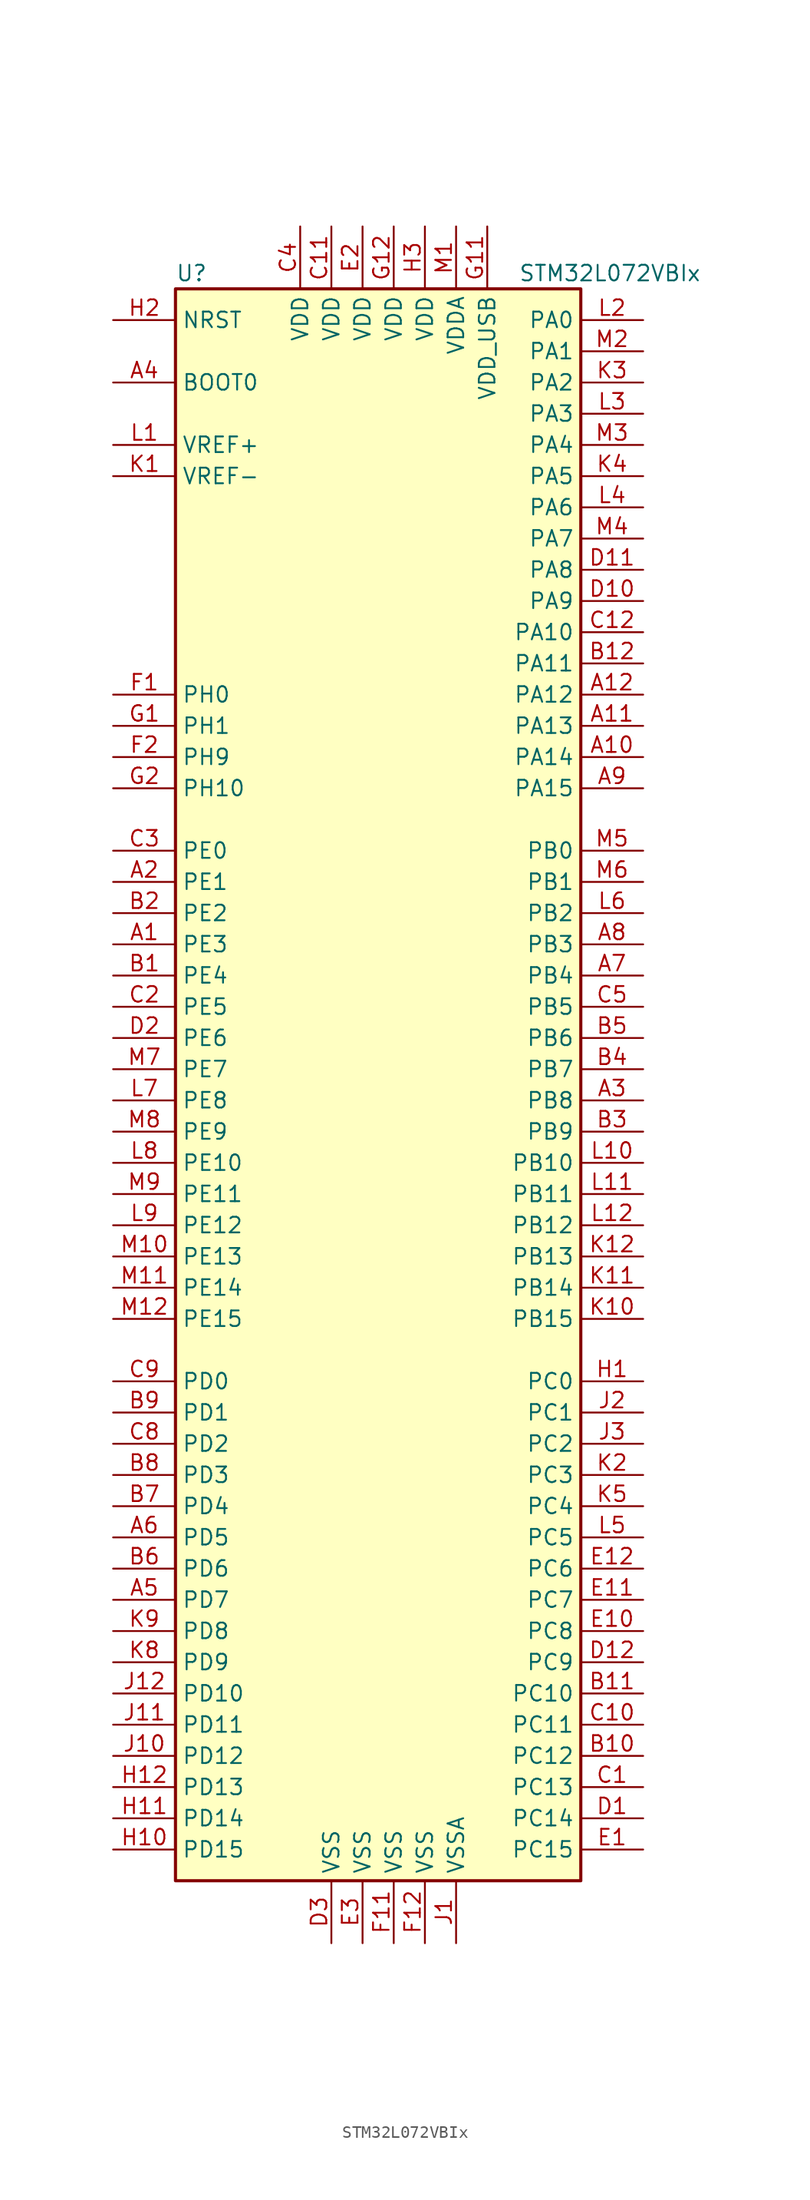
<source format=kicad_sym>
(kicad_symbol_lib
  (version 20201005)
  (generator kicad_symbol_editor)
  (symbol "STM32L072VBIx"
    (property "Reference" "U"
      (at -17.78 64.77 0)
      (effects (font (size 1.27 1.27)) (justify left)))
    (property "Value" "STM32L072VBIx"
      (at 10.16 64.77 0)
      (effects (font (size 1.27 1.27)) (justify left)))
    (symbol "STM32L072VBIx_0_1"
      (rectangle (start -17.78 -66.04) (end 15.24 63.5) (stroke (width 0.254)) (fill (type background))))
    (symbol "STM32L072VBIx_1_1"
      (pin bidirectional line (at -22.86 10.16 0) (length 5.08) (name "PE3" (effects (font (size 1.27 1.27)))) (number "A1" (effects (font (size 1.27 1.27)))))
      (pin bidirectional line (at 20.32 25.4 180) (length 5.08) (name "PA14" (effects (font (size 1.27 1.27)))) (number "A10" (effects (font (size 1.27 1.27)))))
      (pin bidirectional line (at 20.32 27.94 180) (length 5.08) (name "PA13" (effects (font (size 1.27 1.27)))) (number "A11" (effects (font (size 1.27 1.27)))))
      (pin bidirectional line (at 20.32 30.48 180) (length 5.08) (name "PA12" (effects (font (size 1.27 1.27)))) (number "A12" (effects (font (size 1.27 1.27)))))
      (pin bidirectional line (at -22.86 15.24 0) (length 5.08) (name "PE1" (effects (font (size 1.27 1.27)))) (number "A2" (effects (font (size 1.27 1.27)))))
      (pin bidirectional line (at 20.32 -2.54 180) (length 5.08) (name "PB8" (effects (font (size 1.27 1.27)))) (number "A3" (effects (font (size 1.27 1.27)))))
      (pin input line (at -22.86 55.88 0) (length 5.08) (name "BOOT0" (effects (font (size 1.27 1.27)))) (number "A4" (effects (font (size 1.27 1.27)))))
      (pin bidirectional line (at -22.86 -43.18 0) (length 5.08) (name "PD7" (effects (font (size 1.27 1.27)))) (number "A5" (effects (font (size 1.27 1.27)))))
      (pin bidirectional line (at -22.86 -38.1 0) (length 5.08) (name "PD5" (effects (font (size 1.27 1.27)))) (number "A6" (effects (font (size 1.27 1.27)))))
      (pin bidirectional line (at 20.32 7.62 180) (length 5.08) (name "PB4" (effects (font (size 1.27 1.27)))) (number "A7" (effects (font (size 1.27 1.27)))))
      (pin bidirectional line (at 20.32 10.16 180) (length 5.08) (name "PB3" (effects (font (size 1.27 1.27)))) (number "A8" (effects (font (size 1.27 1.27)))))
      (pin bidirectional line (at 20.32 22.86 180) (length 5.08) (name "PA15" (effects (font (size 1.27 1.27)))) (number "A9" (effects (font (size 1.27 1.27)))))
      (pin bidirectional line (at -22.86 7.62 0) (length 5.08) (name "PE4" (effects (font (size 1.27 1.27)))) (number "B1" (effects (font (size 1.27 1.27)))))
      (pin bidirectional line (at 20.32 -55.88 180) (length 5.08) (name "PC12" (effects (font (size 1.27 1.27)))) (number "B10" (effects (font (size 1.27 1.27)))))
      (pin bidirectional line (at 20.32 -50.8 180) (length 5.08) (name "PC10" (effects (font (size 1.27 1.27)))) (number "B11" (effects (font (size 1.27 1.27)))))
      (pin bidirectional line (at 20.32 33.02 180) (length 5.08) (name "PA11" (effects (font (size 1.27 1.27)))) (number "B12" (effects (font (size 1.27 1.27)))))
      (pin bidirectional line (at -22.86 12.7 0) (length 5.08) (name "PE2" (effects (font (size 1.27 1.27)))) (number "B2" (effects (font (size 1.27 1.27)))))
      (pin bidirectional line (at 20.32 -5.08 180) (length 5.08) (name "PB9" (effects (font (size 1.27 1.27)))) (number "B3" (effects (font (size 1.27 1.27)))))
      (pin bidirectional line (at 20.32 0 180) (length 5.08) (name "PB7" (effects (font (size 1.27 1.27)))) (number "B4" (effects (font (size 1.27 1.27)))))
      (pin bidirectional line (at 20.32 2.54 180) (length 5.08) (name "PB6" (effects (font (size 1.27 1.27)))) (number "B5" (effects (font (size 1.27 1.27)))))
      (pin bidirectional line (at -22.86 -40.64 0) (length 5.08) (name "PD6" (effects (font (size 1.27 1.27)))) (number "B6" (effects (font (size 1.27 1.27)))))
      (pin bidirectional line (at -22.86 -35.56 0) (length 5.08) (name "PD4" (effects (font (size 1.27 1.27)))) (number "B7" (effects (font (size 1.27 1.27)))))
      (pin bidirectional line (at -22.86 -33.02 0) (length 5.08) (name "PD3" (effects (font (size 1.27 1.27)))) (number "B8" (effects (font (size 1.27 1.27)))))
      (pin bidirectional line (at -22.86 -27.94 0) (length 5.08) (name "PD1" (effects (font (size 1.27 1.27)))) (number "B9" (effects (font (size 1.27 1.27)))))
      (pin bidirectional line (at 20.32 -58.42 180) (length 5.08) (name "PC13" (effects (font (size 1.27 1.27)))) (number "C1" (effects (font (size 1.27 1.27)))))
      (pin bidirectional line (at 20.32 -53.34 180) (length 5.08) (name "PC11" (effects (font (size 1.27 1.27)))) (number "C10" (effects (font (size 1.27 1.27)))))
      (pin power_in line (at -5.08 68.58 270) (length 5.08) (name "VDD" (effects (font (size 1.27 1.27)))) (number "C11" (effects (font (size 1.27 1.27)))))
      (pin bidirectional line (at 20.32 35.56 180) (length 5.08) (name "PA10" (effects (font (size 1.27 1.27)))) (number "C12" (effects (font (size 1.27 1.27)))))
      (pin bidirectional line (at -22.86 5.08 0) (length 5.08) (name "PE5" (effects (font (size 1.27 1.27)))) (number "C2" (effects (font (size 1.27 1.27)))))
      (pin bidirectional line (at -22.86 17.78 0) (length 5.08) (name "PE0" (effects (font (size 1.27 1.27)))) (number "C3" (effects (font (size 1.27 1.27)))))
      (pin power_in line (at -7.62 68.58 270) (length 5.08) (name "VDD" (effects (font (size 1.27 1.27)))) (number "C4" (effects (font (size 1.27 1.27)))))
      (pin bidirectional line (at 20.32 5.08 180) (length 5.08) (name "PB5" (effects (font (size 1.27 1.27)))) (number "C5" (effects (font (size 1.27 1.27)))))
      (pin bidirectional line (at -22.86 -30.48 0) (length 5.08) (name "PD2" (effects (font (size 1.27 1.27)))) (number "C8" (effects (font (size 1.27 1.27)))))
      (pin bidirectional line (at -22.86 -25.4 0) (length 5.08) (name "PD0" (effects (font (size 1.27 1.27)))) (number "C9" (effects (font (size 1.27 1.27)))))
      (pin bidirectional line (at 20.32 -60.96 180) (length 5.08) (name "PC14" (effects (font (size 1.27 1.27)))) (number "D1" (effects (font (size 1.27 1.27)))))
      (pin bidirectional line (at 20.32 38.1 180) (length 5.08) (name "PA9" (effects (font (size 1.27 1.27)))) (number "D10" (effects (font (size 1.27 1.27)))))
      (pin bidirectional line (at 20.32 40.64 180) (length 5.08) (name "PA8" (effects (font (size 1.27 1.27)))) (number "D11" (effects (font (size 1.27 1.27)))))
      (pin bidirectional line (at 20.32 -48.26 180) (length 5.08) (name "PC9" (effects (font (size 1.27 1.27)))) (number "D12" (effects (font (size 1.27 1.27)))))
      (pin bidirectional line (at -22.86 2.54 0) (length 5.08) (name "PE6" (effects (font (size 1.27 1.27)))) (number "D2" (effects (font (size 1.27 1.27)))))
      (pin power_in line (at -5.08 -71.12 90) (length 5.08) (name "VSS" (effects (font (size 1.27 1.27)))) (number "D3" (effects (font (size 1.27 1.27)))))
      (pin bidirectional line (at 20.32 -63.5 180) (length 5.08) (name "PC15" (effects (font (size 1.27 1.27)))) (number "E1" (effects (font (size 1.27 1.27)))))
      (pin bidirectional line (at 20.32 -45.72 180) (length 5.08) (name "PC8" (effects (font (size 1.27 1.27)))) (number "E10" (effects (font (size 1.27 1.27)))))
      (pin bidirectional line (at 20.32 -43.18 180) (length 5.08) (name "PC7" (effects (font (size 1.27 1.27)))) (number "E11" (effects (font (size 1.27 1.27)))))
      (pin bidirectional line (at 20.32 -40.64 180) (length 5.08) (name "PC6" (effects (font (size 1.27 1.27)))) (number "E12" (effects (font (size 1.27 1.27)))))
      (pin power_in line (at -2.54 68.58 270) (length 5.08) (name "VDD" (effects (font (size 1.27 1.27)))) (number "E2" (effects (font (size 1.27 1.27)))))
      (pin power_in line (at -2.54 -71.12 90) (length 5.08) (name "VSS" (effects (font (size 1.27 1.27)))) (number "E3" (effects (font (size 1.27 1.27)))))
      (pin input line (at -22.86 30.48 0) (length 5.08) (name "PH0" (effects (font (size 1.27 1.27)))) (number "F1" (effects (font (size 1.27 1.27)))))
      (pin power_in line (at 0 -71.12 90) (length 5.08) (name "VSS" (effects (font (size 1.27 1.27)))) (number "F11" (effects (font (size 1.27 1.27)))))
      (pin power_in line (at 2.54 -71.12 90) (length 5.08) (name "VSS" (effects (font (size 1.27 1.27)))) (number "F12" (effects (font (size 1.27 1.27)))))
      (pin bidirectional line (at -22.86 25.4 0) (length 5.08) (name "PH9" (effects (font (size 1.27 1.27)))) (number "F2" (effects (font (size 1.27 1.27)))))
      (pin input line (at -22.86 27.94 0) (length 5.08) (name "PH1" (effects (font (size 1.27 1.27)))) (number "G1" (effects (font (size 1.27 1.27)))))
      (pin power_in line (at 7.62 68.58 270) (length 5.08) (name "VDD_USB" (effects (font (size 1.27 1.27)))) (number "G11" (effects (font (size 1.27 1.27)))))
      (pin power_in line (at 0 68.58 270) (length 5.08) (name "VDD" (effects (font (size 1.27 1.27)))) (number "G12" (effects (font (size 1.27 1.27)))))
      (pin bidirectional line (at -22.86 22.86 0) (length 5.08) (name "PH10" (effects (font (size 1.27 1.27)))) (number "G2" (effects (font (size 1.27 1.27)))))
      (pin bidirectional line (at 20.32 -25.4 180) (length 5.08) (name "PC0" (effects (font (size 1.27 1.27)))) (number "H1" (effects (font (size 1.27 1.27)))))
      (pin bidirectional line (at -22.86 -63.5 0) (length 5.08) (name "PD15" (effects (font (size 1.27 1.27)))) (number "H10" (effects (font (size 1.27 1.27)))))
      (pin bidirectional line (at -22.86 -60.96 0) (length 5.08) (name "PD14" (effects (font (size 1.27 1.27)))) (number "H11" (effects (font (size 1.27 1.27)))))
      (pin bidirectional line (at -22.86 -58.42 0) (length 5.08) (name "PD13" (effects (font (size 1.27 1.27)))) (number "H12" (effects (font (size 1.27 1.27)))))
      (pin input line (at -22.86 60.96 0) (length 5.08) (name "NRST" (effects (font (size 1.27 1.27)))) (number "H2" (effects (font (size 1.27 1.27)))))
      (pin power_in line (at 2.54 68.58 270) (length 5.08) (name "VDD" (effects (font (size 1.27 1.27)))) (number "H3" (effects (font (size 1.27 1.27)))))
      (pin power_in line (at 5.08 -71.12 90) (length 5.08) (name "VSSA" (effects (font (size 1.27 1.27)))) (number "J1" (effects (font (size 1.27 1.27)))))
      (pin bidirectional line (at -22.86 -55.88 0) (length 5.08) (name "PD12" (effects (font (size 1.27 1.27)))) (number "J10" (effects (font (size 1.27 1.27)))))
      (pin bidirectional line (at -22.86 -53.34 0) (length 5.08) (name "PD11" (effects (font (size 1.27 1.27)))) (number "J11" (effects (font (size 1.27 1.27)))))
      (pin bidirectional line (at -22.86 -50.8 0) (length 5.08) (name "PD10" (effects (font (size 1.27 1.27)))) (number "J12" (effects (font (size 1.27 1.27)))))
      (pin bidirectional line (at 20.32 -27.94 180) (length 5.08) (name "PC1" (effects (font (size 1.27 1.27)))) (number "J2" (effects (font (size 1.27 1.27)))))
      (pin bidirectional line (at 20.32 -30.48 180) (length 5.08) (name "PC2" (effects (font (size 1.27 1.27)))) (number "J3" (effects (font (size 1.27 1.27)))))
      (pin power_in line (at -22.86 48.26 0) (length 5.08) (name "VREF-" (effects (font (size 1.27 1.27)))) (number "K1" (effects (font (size 1.27 1.27)))))
      (pin bidirectional line (at 20.32 -20.32 180) (length 5.08) (name "PB15" (effects (font (size 1.27 1.27)))) (number "K10" (effects (font (size 1.27 1.27)))))
      (pin bidirectional line (at 20.32 -17.78 180) (length 5.08) (name "PB14" (effects (font (size 1.27 1.27)))) (number "K11" (effects (font (size 1.27 1.27)))))
      (pin bidirectional line (at 20.32 -15.24 180) (length 5.08) (name "PB13" (effects (font (size 1.27 1.27)))) (number "K12" (effects (font (size 1.27 1.27)))))
      (pin bidirectional line (at 20.32 -33.02 180) (length 5.08) (name "PC3" (effects (font (size 1.27 1.27)))) (number "K2" (effects (font (size 1.27 1.27)))))
      (pin bidirectional line (at 20.32 55.88 180) (length 5.08) (name "PA2" (effects (font (size 1.27 1.27)))) (number "K3" (effects (font (size 1.27 1.27)))))
      (pin bidirectional line (at 20.32 48.26 180) (length 5.08) (name "PA5" (effects (font (size 1.27 1.27)))) (number "K4" (effects (font (size 1.27 1.27)))))
      (pin bidirectional line (at 20.32 -35.56 180) (length 5.08) (name "PC4" (effects (font (size 1.27 1.27)))) (number "K5" (effects (font (size 1.27 1.27)))))
      (pin bidirectional line (at -22.86 -48.26 0) (length 5.08) (name "PD9" (effects (font (size 1.27 1.27)))) (number "K8" (effects (font (size 1.27 1.27)))))
      (pin bidirectional line (at -22.86 -45.72 0) (length 5.08) (name "PD8" (effects (font (size 1.27 1.27)))) (number "K9" (effects (font (size 1.27 1.27)))))
      (pin power_in line (at -22.86 50.8 0) (length 5.08) (name "VREF+" (effects (font (size 1.27 1.27)))) (number "L1" (effects (font (size 1.27 1.27)))))
      (pin bidirectional line (at 20.32 -7.62 180) (length 5.08) (name "PB10" (effects (font (size 1.27 1.27)))) (number "L10" (effects (font (size 1.27 1.27)))))
      (pin bidirectional line (at 20.32 -10.16 180) (length 5.08) (name "PB11" (effects (font (size 1.27 1.27)))) (number "L11" (effects (font (size 1.27 1.27)))))
      (pin bidirectional line (at 20.32 -12.7 180) (length 5.08) (name "PB12" (effects (font (size 1.27 1.27)))) (number "L12" (effects (font (size 1.27 1.27)))))
      (pin bidirectional line (at 20.32 60.96 180) (length 5.08) (name "PA0" (effects (font (size 1.27 1.27)))) (number "L2" (effects (font (size 1.27 1.27)))))
      (pin bidirectional line (at 20.32 53.34 180) (length 5.08) (name "PA3" (effects (font (size 1.27 1.27)))) (number "L3" (effects (font (size 1.27 1.27)))))
      (pin bidirectional line (at 20.32 45.72 180) (length 5.08) (name "PA6" (effects (font (size 1.27 1.27)))) (number "L4" (effects (font (size 1.27 1.27)))))
      (pin bidirectional line (at 20.32 -38.1 180) (length 5.08) (name "PC5" (effects (font (size 1.27 1.27)))) (number "L5" (effects (font (size 1.27 1.27)))))
      (pin bidirectional line (at 20.32 12.7 180) (length 5.08) (name "PB2" (effects (font (size 1.27 1.27)))) (number "L6" (effects (font (size 1.27 1.27)))))
      (pin bidirectional line (at -22.86 -2.54 0) (length 5.08) (name "PE8" (effects (font (size 1.27 1.27)))) (number "L7" (effects (font (size 1.27 1.27)))))
      (pin bidirectional line (at -22.86 -7.62 0) (length 5.08) (name "PE10" (effects (font (size 1.27 1.27)))) (number "L8" (effects (font (size 1.27 1.27)))))
      (pin bidirectional line (at -22.86 -12.7 0) (length 5.08) (name "PE12" (effects (font (size 1.27 1.27)))) (number "L9" (effects (font (size 1.27 1.27)))))
      (pin power_in line (at 5.08 68.58 270) (length 5.08) (name "VDDA" (effects (font (size 1.27 1.27)))) (number "M1" (effects (font (size 1.27 1.27)))))
      (pin bidirectional line (at -22.86 -15.24 0) (length 5.08) (name "PE13" (effects (font (size 1.27 1.27)))) (number "M10" (effects (font (size 1.27 1.27)))))
      (pin bidirectional line (at -22.86 -17.78 0) (length 5.08) (name "PE14" (effects (font (size 1.27 1.27)))) (number "M11" (effects (font (size 1.27 1.27)))))
      (pin bidirectional line (at -22.86 -20.32 0) (length 5.08) (name "PE15" (effects (font (size 1.27 1.27)))) (number "M12" (effects (font (size 1.27 1.27)))))
      (pin bidirectional line (at 20.32 58.42 180) (length 5.08) (name "PA1" (effects (font (size 1.27 1.27)))) (number "M2" (effects (font (size 1.27 1.27)))))
      (pin bidirectional line (at 20.32 50.8 180) (length 5.08) (name "PA4" (effects (font (size 1.27 1.27)))) (number "M3" (effects (font (size 1.27 1.27)))))
      (pin bidirectional line (at 20.32 43.18 180) (length 5.08) (name "PA7" (effects (font (size 1.27 1.27)))) (number "M4" (effects (font (size 1.27 1.27)))))
      (pin bidirectional line (at 20.32 17.78 180) (length 5.08) (name "PB0" (effects (font (size 1.27 1.27)))) (number "M5" (effects (font (size 1.27 1.27)))))
      (pin bidirectional line (at 20.32 15.24 180) (length 5.08) (name "PB1" (effects (font (size 1.27 1.27)))) (number "M6" (effects (font (size 1.27 1.27)))))
      (pin bidirectional line (at -22.86 0 0) (length 5.08) (name "PE7" (effects (font (size 1.27 1.27)))) (number "M7" (effects (font (size 1.27 1.27)))))
      (pin bidirectional line (at -22.86 -5.08 0) (length 5.08) (name "PE9" (effects (font (size 1.27 1.27)))) (number "M8" (effects (font (size 1.27 1.27)))))
      (pin bidirectional line (at -22.86 -10.16 0) (length 5.08) (name "PE11" (effects (font (size 1.27 1.27)))) (number "M9" (effects (font (size 1.27 1.27))))))))
</source>
